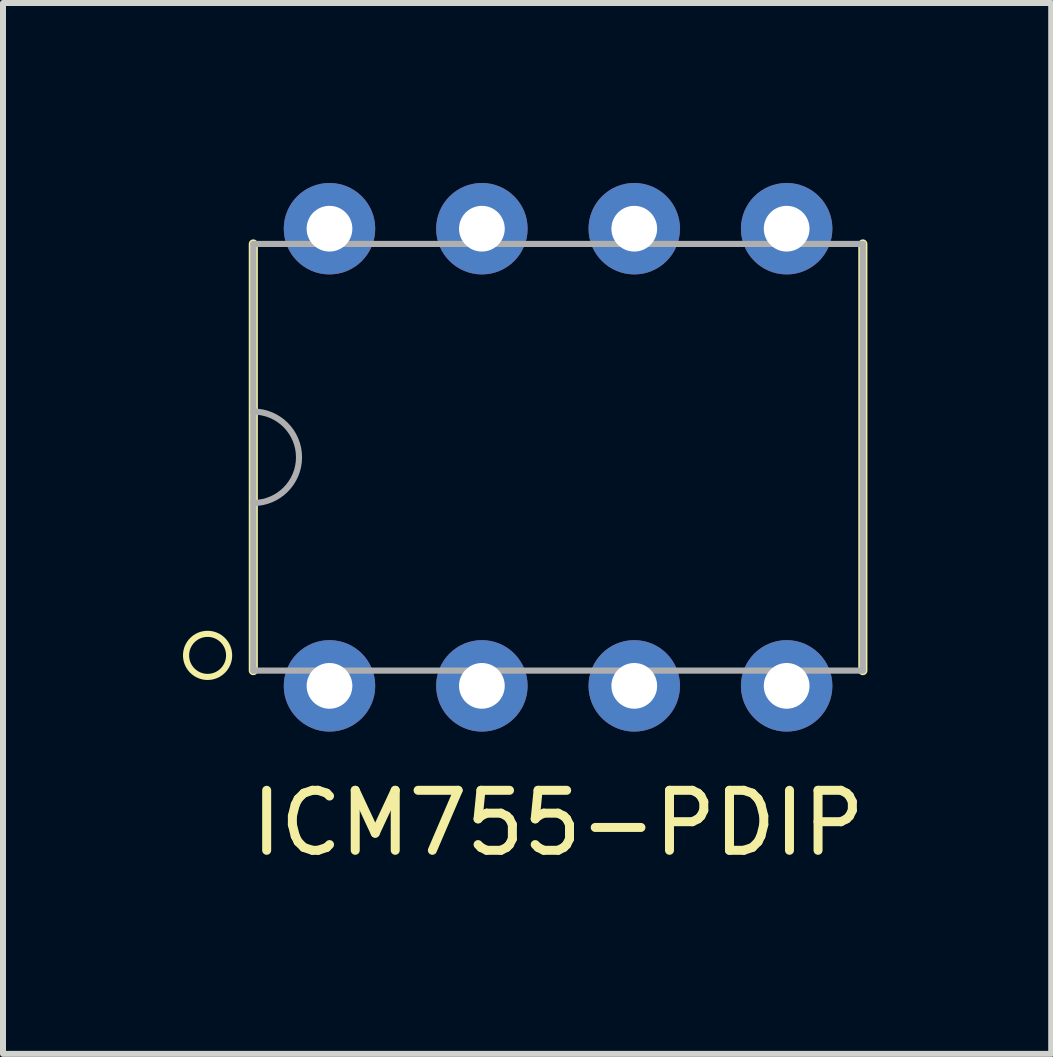
<source format=kicad_pcb>
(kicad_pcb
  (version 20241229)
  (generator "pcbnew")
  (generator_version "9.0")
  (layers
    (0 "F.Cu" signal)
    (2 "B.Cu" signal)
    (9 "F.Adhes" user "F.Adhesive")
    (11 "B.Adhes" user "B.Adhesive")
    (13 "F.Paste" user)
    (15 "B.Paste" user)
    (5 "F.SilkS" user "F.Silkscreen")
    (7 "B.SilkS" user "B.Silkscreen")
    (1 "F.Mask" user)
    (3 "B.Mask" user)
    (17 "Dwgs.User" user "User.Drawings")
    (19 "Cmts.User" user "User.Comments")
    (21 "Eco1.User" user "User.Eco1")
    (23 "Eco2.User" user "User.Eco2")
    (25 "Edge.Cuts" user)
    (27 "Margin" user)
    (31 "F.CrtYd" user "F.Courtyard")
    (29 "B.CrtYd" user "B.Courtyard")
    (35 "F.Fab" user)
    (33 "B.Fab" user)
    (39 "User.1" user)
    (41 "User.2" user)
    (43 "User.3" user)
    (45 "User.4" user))
  (footprint "ICM755-PDIP"
    (layer "F.Cu")
    (at 6.252 4.572)
    (property "Reference" "ICM755-PDIP" (at 0 6.096 0) (layer "F.SilkS") (effects (font (size 1 1) (thickness 0.15))))
    (attr through_hole)
    (fp_line (start -5.08 3.556) (end -5.08 -3.556) (stroke (width 0.152) (type solid)) (layer "F.SilkS"))
    (fp_line (start 5.08 3.556) (end 5.08 -3.556) (stroke (width 0.152) (type solid)) (layer "F.SilkS"))
    (fp_circle (center -5.842 3.302) (end -5.483 3.302) (stroke (width 0.102) (type solid)) (fill no) (layer "F.SilkS"))
    (fp_line (start -5.08 3.556) (end -5.08 -3.556) (stroke (width 0.102) (type solid)) (layer "F.Fab"))
    (fp_line (start 5.08 -3.556) (end -5.08 -3.556) (stroke (width 0.102) (type solid)) (layer "F.Fab"))
    (fp_line (start 5.08 3.556) (end -5.08 3.556) (stroke (width 0.102) (type solid)) (layer "F.Fab"))
    (fp_line (start 5.08 3.556) (end 5.08 -3.556) (stroke (width 0.102) (type solid)) (layer "F.Fab"))
    (fp_arc (start -5.08 -0.762) (mid -4.318 0) (end -5.08 0.762) (stroke (width 0.1016) (type solid)) (layer "F.Fab"))
    (pad "1" thru_hole circle (at -3.81 3.81) (size 1.524 1.524) (drill 0.762) (layers "*.Cu" "*.Mask"))
    (pad "2" thru_hole circle (at -1.27 3.81) (size 1.524 1.524) (drill 0.762) (layers "*.Cu" "*.Mask"))
    (pad "3" thru_hole circle (at 1.27 3.81) (size 1.524 1.524) (drill 0.762) (layers "*.Cu" "*.Mask"))
    (pad "4" thru_hole circle (at 3.81 3.81) (size 1.524 1.524) (drill 0.762) (layers "*.Cu" "*.Mask"))
    (pad "5" thru_hole circle (at 3.81 -3.81) (size 1.524 1.524) (drill 0.762) (layers "*.Cu" "*.Mask"))
    (pad "6" thru_hole circle (at 1.27 -3.81) (size 1.524 1.524) (drill 0.762) (layers "*.Cu" "*.Mask"))
    (pad "7" thru_hole circle (at -1.27 -3.81) (size 1.524 1.524) (drill 0.762) (layers "*.Cu" "*.Mask"))
    (pad "8" thru_hole circle (at -3.81 -3.81) (size 1.524 1.524) (drill 0.762) (layers "*.Cu" "*.Mask")))
  (gr_rect
    (start -3 -3)
    (end 14.472 14.516)
    (stroke (width 0.1) (type default))
    (fill no)
    (layer "Edge.Cuts")))
</source>
